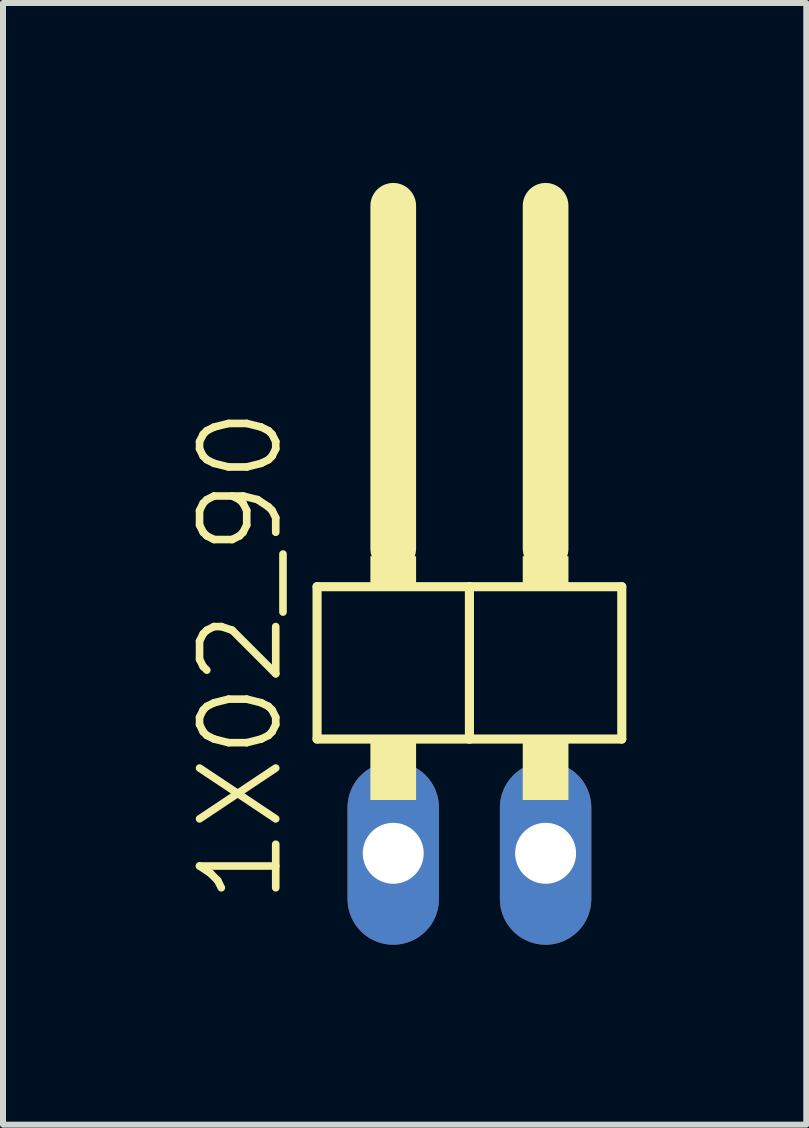
<source format=kicad_pcb>
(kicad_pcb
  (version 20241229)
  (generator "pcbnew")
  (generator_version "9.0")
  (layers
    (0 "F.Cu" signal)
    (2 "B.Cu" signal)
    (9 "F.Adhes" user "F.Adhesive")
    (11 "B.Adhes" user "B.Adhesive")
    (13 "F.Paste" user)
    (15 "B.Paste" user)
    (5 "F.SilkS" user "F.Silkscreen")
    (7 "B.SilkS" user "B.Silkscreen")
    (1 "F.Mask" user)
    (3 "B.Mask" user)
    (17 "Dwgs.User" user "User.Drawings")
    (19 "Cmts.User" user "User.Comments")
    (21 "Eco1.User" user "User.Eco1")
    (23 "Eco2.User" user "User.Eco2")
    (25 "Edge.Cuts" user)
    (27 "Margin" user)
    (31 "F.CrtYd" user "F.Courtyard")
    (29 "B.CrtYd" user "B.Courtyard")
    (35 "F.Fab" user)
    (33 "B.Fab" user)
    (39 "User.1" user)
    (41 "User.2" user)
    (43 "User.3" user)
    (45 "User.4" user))
  (footprint "1X02_90"
    (layer "F.Cu")
    (at 4.776 7.366)
    (property "Reference" "1X02_90" (at -3.81 0.514 90) (layer "F.SilkS") (effects (font (size 1.27 1.27) (thickness 0.127))))
    (attr through_hole)
    (fp_line (start -2.54 -0.635) (end -2.54 1.905) (stroke (width 0.152) (type solid)) (layer "F.SilkS"))
    (fp_line (start -2.54 1.905) (end 0 1.905) (stroke (width 0.152) (type solid)) (layer "F.SilkS"))
    (fp_line (start -1.27 -6.985) (end -1.27 -1.27) (stroke (width 0.762) (type solid)) (layer "F.SilkS"))
    (fp_line (start 0 -0.635) (end -2.54 -0.635) (stroke (width 0.152) (type solid)) (layer "F.SilkS"))
    (fp_line (start 0 1.905) (end 0 -0.635) (stroke (width 0.152) (type solid)) (layer "F.SilkS"))
    (fp_line (start 0 1.905) (end 2.54 1.905) (stroke (width 0.152) (type solid)) (layer "F.SilkS"))
    (fp_line (start 1.27 -6.985) (end 1.27 -1.27) (stroke (width 0.762) (type solid)) (layer "F.SilkS"))
    (fp_line (start 2.54 -0.635) (end 0 -0.635) (stroke (width 0.152) (type solid)) (layer "F.SilkS"))
    (fp_line (start 2.54 1.905) (end 2.54 -0.635) (stroke (width 0.152) (type solid)) (layer "F.SilkS"))
    (fp_poly (pts (xy -1.651 -1.143) (xy -0.889 -1.143) (xy -0.889 -0.635) (xy -1.651 -0.635)) (stroke (width 0) (type solid)) (fill yes) (layer "F.SilkS"))
    (fp_poly (pts (xy -1.651 1.905) (xy -0.889 1.905) (xy -0.889 2.921) (xy -1.651 2.921)) (stroke (width 0) (type solid)) (fill yes) (layer "F.SilkS"))
    (fp_poly (pts (xy 0.889 -1.143) (xy 1.651 -1.143) (xy 1.651 -0.635) (xy 0.889 -0.635)) (stroke (width 0) (type solid)) (fill yes) (layer "F.SilkS"))
    (fp_poly (pts (xy 0.889 1.905) (xy 1.651 1.905) (xy 1.651 2.921) (xy 0.889 2.921)) (stroke (width 0) (type solid)) (fill yes) (layer "F.SilkS"))
    (pad "1" thru_hole oval (at -1.27 3.81) (size 1.524 3.048) (drill 1.016) (layers "*.Cu" "*.Mask"))
    (pad "2" thru_hole oval (at 1.27 3.81) (size 1.524 3.048) (drill 1.016) (layers "*.Cu" "*.Mask")))
  (gr_rect
    (start -3 -3)
    (end 10.392 15.7)
    (stroke (width 0.1) (type default))
    (fill no)
    (layer "Edge.Cuts")))
</source>
